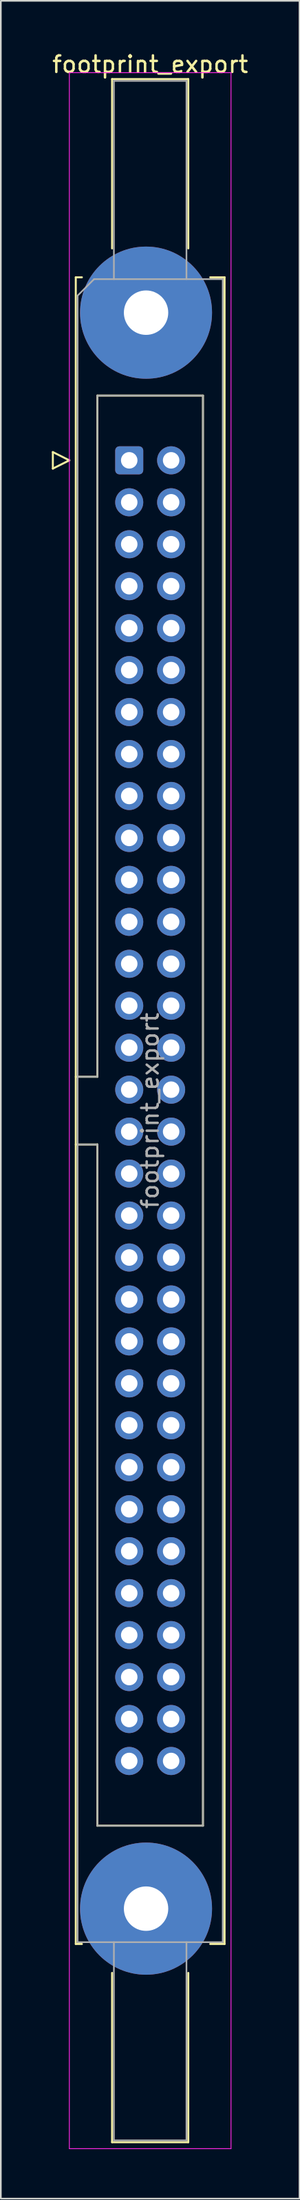
<source format=kicad_pcb>
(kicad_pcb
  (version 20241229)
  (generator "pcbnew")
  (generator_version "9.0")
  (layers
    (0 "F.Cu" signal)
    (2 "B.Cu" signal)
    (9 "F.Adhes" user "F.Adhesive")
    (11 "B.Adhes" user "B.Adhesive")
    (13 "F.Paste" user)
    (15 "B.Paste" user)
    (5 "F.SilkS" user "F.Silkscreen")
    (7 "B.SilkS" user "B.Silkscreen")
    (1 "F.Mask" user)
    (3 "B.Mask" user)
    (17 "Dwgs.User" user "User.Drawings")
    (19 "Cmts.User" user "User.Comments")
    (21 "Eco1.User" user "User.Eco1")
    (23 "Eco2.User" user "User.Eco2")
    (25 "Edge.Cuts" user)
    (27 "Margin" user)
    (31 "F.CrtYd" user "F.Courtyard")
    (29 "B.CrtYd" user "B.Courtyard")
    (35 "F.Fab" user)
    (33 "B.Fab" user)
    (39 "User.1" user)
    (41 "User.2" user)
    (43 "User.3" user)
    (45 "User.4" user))
  (footprint "footprint_export"
    (layer "F.Cu")
    (at 4.784 24.818)
    (property "Reference" "footprint_export" (at 1.27 -23.97 0) (layer "F.SilkS") (effects (font (size 1 1) (thickness 0.15))))
    (attr through_hole)
    (fp_line (start -4.63 -0.5) (end -4.63 0.5) (stroke (width 0.12) (type solid)) (layer "F.SilkS"))
    (fp_line (start -4.63 0.5) (end -3.63 0) (stroke (width 0.12) (type solid)) (layer "F.SilkS"))
    (fp_line (start -3.63 0) (end -4.63 -0.5) (stroke (width 0.12) (type solid)) (layer "F.SilkS"))
    (fp_line (start -3.24 -11.08) (end -3.24 89.82) (stroke (width 0.12) (type solid)) (layer "F.SilkS"))
    (fp_line (start -3.24 37.32) (end -1.93 37.32) (stroke (width 0.12) (type solid)) (layer "F.SilkS"))
    (fp_line (start -3.24 89.82) (end -2.87 89.82) (stroke (width 0.12) (type solid)) (layer "F.SilkS"))
    (fp_line (start -2.87 -11.08) (end -3.24 -11.08) (stroke (width 0.12) (type solid)) (layer "F.SilkS"))
    (fp_line (start -1.93 -3.92) (end 4.47 -3.92) (stroke (width 0.12) (type solid)) (layer "F.SilkS"))
    (fp_line (start -1.93 37.32) (end -1.93 -3.92) (stroke (width 0.12) (type solid)) (layer "F.SilkS"))
    (fp_line (start -1.93 41.42) (end -3.24 41.42) (stroke (width 0.12) (type solid)) (layer "F.SilkS"))
    (fp_line (start -1.93 41.42) (end -1.93 41.42) (stroke (width 0.12) (type solid)) (layer "F.SilkS"))
    (fp_line (start -1.93 82.66) (end -1.93 41.42) (stroke (width 0.12) (type solid)) (layer "F.SilkS"))
    (fp_line (start -1.04 -23.08) (end 3.58 -23.08) (stroke (width 0.12) (type solid)) (layer "F.SilkS"))
    (fp_line (start -1.04 -12.83) (end -1.04 -23.08) (stroke (width 0.12) (type solid)) (layer "F.SilkS"))
    (fp_line (start -1.04 91.57) (end -1.04 101.82) (stroke (width 0.12) (type solid)) (layer "F.SilkS"))
    (fp_line (start -1.04 101.82) (end 3.58 101.82) (stroke (width 0.12) (type solid)) (layer "F.SilkS"))
    (fp_line (start 3.58 -23.08) (end 3.58 -12.83) (stroke (width 0.12) (type solid)) (layer "F.SilkS"))
    (fp_line (start 3.58 101.82) (end 3.58 91.57) (stroke (width 0.12) (type solid)) (layer "F.SilkS"))
    (fp_line (start 4.47 -3.92) (end 4.47 82.66) (stroke (width 0.12) (type solid)) (layer "F.SilkS"))
    (fp_line (start 4.47 82.66) (end -1.93 82.66) (stroke (width 0.12) (type solid)) (layer "F.SilkS"))
    (fp_line (start 4.91 -11.08) (end 5.78 -11.08) (stroke (width 0.12) (type solid)) (layer "F.SilkS"))
    (fp_line (start 5.78 -11.08) (end 5.78 89.82) (stroke (width 0.12) (type solid)) (layer "F.SilkS"))
    (fp_line (start 5.78 89.82) (end 4.91 89.82) (stroke (width 0.12) (type solid)) (layer "F.SilkS"))
    (fp_line (start -3.63 -23.47) (end -3.63 102.21) (stroke (width 0.05) (type solid)) (layer "F.CrtYd"))
    (fp_line (start -3.63 102.21) (end 6.17 102.21) (stroke (width 0.05) (type solid)) (layer "F.CrtYd"))
    (fp_line (start 6.17 -23.47) (end -3.63 -23.47) (stroke (width 0.05) (type solid)) (layer "F.CrtYd"))
    (fp_line (start 6.17 102.21) (end 6.17 -23.47) (stroke (width 0.05) (type solid)) (layer "F.CrtYd"))
    (fp_line (start -3.13 -9.97) (end -2.13 -10.97) (stroke (width 0.1) (type solid)) (layer "F.Fab"))
    (fp_line (start -3.13 37.32) (end -1.93 37.32) (stroke (width 0.1) (type solid)) (layer "F.Fab"))
    (fp_line (start -3.13 89.71) (end -3.13 -9.97) (stroke (width 0.1) (type solid)) (layer "F.Fab"))
    (fp_line (start -2.13 -10.97) (end 5.67 -10.97) (stroke (width 0.1) (type solid)) (layer "F.Fab"))
    (fp_line (start -1.93 -3.92) (end 4.47 -3.92) (stroke (width 0.1) (type solid)) (layer "F.Fab"))
    (fp_line (start -1.93 37.32) (end -1.93 -3.92) (stroke (width 0.1) (type solid)) (layer "F.Fab"))
    (fp_line (start -1.93 41.42) (end -3.13 41.42) (stroke (width 0.1) (type solid)) (layer "F.Fab"))
    (fp_line (start -1.93 41.42) (end -1.93 41.42) (stroke (width 0.1) (type solid)) (layer "F.Fab"))
    (fp_line (start -1.93 82.66) (end -1.93 41.42) (stroke (width 0.1) (type solid)) (layer "F.Fab"))
    (fp_line (start -0.93 -22.97) (end 3.47 -22.97) (stroke (width 0.1) (type solid)) (layer "F.Fab"))
    (fp_line (start -0.93 -10.97) (end -0.93 -22.97) (stroke (width 0.1) (type solid)) (layer "F.Fab"))
    (fp_line (start -0.93 89.71) (end -0.93 101.71) (stroke (width 0.1) (type solid)) (layer "F.Fab"))
    (fp_line (start -0.93 101.71) (end 3.47 101.71) (stroke (width 0.1) (type solid)) (layer "F.Fab"))
    (fp_line (start 3.47 -22.97) (end 3.47 -10.97) (stroke (width 0.1) (type solid)) (layer "F.Fab"))
    (fp_line (start 3.47 101.71) (end 3.47 89.71) (stroke (width 0.1) (type solid)) (layer "F.Fab"))
    (fp_line (start 4.47 -3.92) (end 4.47 82.66) (stroke (width 0.1) (type solid)) (layer "F.Fab"))
    (fp_line (start 4.47 82.66) (end -1.93 82.66) (stroke (width 0.1) (type solid)) (layer "F.Fab"))
    (fp_line (start 5.67 -10.97) (end 5.67 89.71) (stroke (width 0.1) (type solid)) (layer "F.Fab"))
    (fp_line (start 5.67 89.71) (end -3.13 89.71) (stroke (width 0.1) (type solid)) (layer "F.Fab"))
    (fp_text user "${REFERENCE}" (at 1.27 39.37 90) (layer "F.Fab") (effects (font (size 1 1) (thickness 0.15))))
    (pad "1" thru_hole roundrect (at 0 0) (size 1.7 1.7) (drill 1) (layers "*.Cu" "*.Mask") (roundrect_rratio 0.147))
    (pad "2" thru_hole circle (at 2.54 0) (size 1.7 1.7) (drill 1) (layers "*.Cu" "*.Mask"))
    (pad "3" thru_hole circle (at 0 2.54) (size 1.7 1.7) (drill 1) (layers "*.Cu" "*.Mask"))
    (pad "4" thru_hole circle (at 2.54 2.54) (size 1.7 1.7) (drill 1) (layers "*.Cu" "*.Mask"))
    (pad "5" thru_hole circle (at 0 5.08) (size 1.7 1.7) (drill 1) (layers "*.Cu" "*.Mask"))
    (pad "6" thru_hole circle (at 2.54 5.08) (size 1.7 1.7) (drill 1) (layers "*.Cu" "*.Mask"))
    (pad "7" thru_hole circle (at 0 7.62) (size 1.7 1.7) (drill 1) (layers "*.Cu" "*.Mask"))
    (pad "8" thru_hole circle (at 2.54 7.62) (size 1.7 1.7) (drill 1) (layers "*.Cu" "*.Mask"))
    (pad "9" thru_hole circle (at 0 10.16) (size 1.7 1.7) (drill 1) (layers "*.Cu" "*.Mask"))
    (pad "10" thru_hole circle (at 2.54 10.16) (size 1.7 1.7) (drill 1) (layers "*.Cu" "*.Mask"))
    (pad "11" thru_hole circle (at 0 12.7) (size 1.7 1.7) (drill 1) (layers "*.Cu" "*.Mask"))
    (pad "12" thru_hole circle (at 2.54 12.7) (size 1.7 1.7) (drill 1) (layers "*.Cu" "*.Mask"))
    (pad "13" thru_hole circle (at 0 15.24) (size 1.7 1.7) (drill 1) (layers "*.Cu" "*.Mask"))
    (pad "14" thru_hole circle (at 2.54 15.24) (size 1.7 1.7) (drill 1) (layers "*.Cu" "*.Mask"))
    (pad "15" thru_hole circle (at 0 17.78) (size 1.7 1.7) (drill 1) (layers "*.Cu" "*.Mask"))
    (pad "16" thru_hole circle (at 2.54 17.78) (size 1.7 1.7) (drill 1) (layers "*.Cu" "*.Mask"))
    (pad "17" thru_hole circle (at 0 20.32) (size 1.7 1.7) (drill 1) (layers "*.Cu" "*.Mask"))
    (pad "18" thru_hole circle (at 2.54 20.32) (size 1.7 1.7) (drill 1) (layers "*.Cu" "*.Mask"))
    (pad "19" thru_hole circle (at 0 22.86) (size 1.7 1.7) (drill 1) (layers "*.Cu" "*.Mask"))
    (pad "20" thru_hole circle (at 2.54 22.86) (size 1.7 1.7) (drill 1) (layers "*.Cu" "*.Mask"))
    (pad "21" thru_hole circle (at 0 25.4) (size 1.7 1.7) (drill 1) (layers "*.Cu" "*.Mask"))
    (pad "22" thru_hole circle (at 2.54 25.4) (size 1.7 1.7) (drill 1) (layers "*.Cu" "*.Mask"))
    (pad "23" thru_hole circle (at 0 27.94) (size 1.7 1.7) (drill 1) (layers "*.Cu" "*.Mask"))
    (pad "24" thru_hole circle (at 2.54 27.94) (size 1.7 1.7) (drill 1) (layers "*.Cu" "*.Mask"))
    (pad "25" thru_hole circle (at 0 30.48) (size 1.7 1.7) (drill 1) (layers "*.Cu" "*.Mask"))
    (pad "26" thru_hole circle (at 2.54 30.48) (size 1.7 1.7) (drill 1) (layers "*.Cu" "*.Mask"))
    (pad "27" thru_hole circle (at 0 33.02) (size 1.7 1.7) (drill 1) (layers "*.Cu" "*.Mask"))
    (pad "28" thru_hole circle (at 2.54 33.02) (size 1.7 1.7) (drill 1) (layers "*.Cu" "*.Mask"))
    (pad "29" thru_hole circle (at 0 35.56) (size 1.7 1.7) (drill 1) (layers "*.Cu" "*.Mask"))
    (pad "30" thru_hole circle (at 2.54 35.56) (size 1.7 1.7) (drill 1) (layers "*.Cu" "*.Mask"))
    (pad "31" thru_hole circle (at 0 38.1) (size 1.7 1.7) (drill 1) (layers "*.Cu" "*.Mask"))
    (pad "32" thru_hole circle (at 2.54 38.1) (size 1.7 1.7) (drill 1) (layers "*.Cu" "*.Mask"))
    (pad "33" thru_hole circle (at 0 40.64) (size 1.7 1.7) (drill 1) (layers "*.Cu" "*.Mask"))
    (pad "34" thru_hole circle (at 2.54 40.64) (size 1.7 1.7) (drill 1) (layers "*.Cu" "*.Mask"))
    (pad "35" thru_hole circle (at 0 43.18) (size 1.7 1.7) (drill 1) (layers "*.Cu" "*.Mask"))
    (pad "36" thru_hole circle (at 2.54 43.18) (size 1.7 1.7) (drill 1) (layers "*.Cu" "*.Mask"))
    (pad "37" thru_hole circle (at 0 45.72) (size 1.7 1.7) (drill 1) (layers "*.Cu" "*.Mask"))
    (pad "38" thru_hole circle (at 2.54 45.72) (size 1.7 1.7) (drill 1) (layers "*.Cu" "*.Mask"))
    (pad "39" thru_hole circle (at 0 48.26) (size 1.7 1.7) (drill 1) (layers "*.Cu" "*.Mask"))
    (pad "40" thru_hole circle (at 2.54 48.26) (size 1.7 1.7) (drill 1) (layers "*.Cu" "*.Mask"))
    (pad "41" thru_hole circle (at 0 50.8) (size 1.7 1.7) (drill 1) (layers "*.Cu" "*.Mask"))
    (pad "42" thru_hole circle (at 2.54 50.8) (size 1.7 1.7) (drill 1) (layers "*.Cu" "*.Mask"))
    (pad "43" thru_hole circle (at 0 53.34) (size 1.7 1.7) (drill 1) (layers "*.Cu" "*.Mask"))
    (pad "44" thru_hole circle (at 2.54 53.34) (size 1.7 1.7) (drill 1) (layers "*.Cu" "*.Mask"))
    (pad "45" thru_hole circle (at 0 55.88) (size 1.7 1.7) (drill 1) (layers "*.Cu" "*.Mask"))
    (pad "46" thru_hole circle (at 2.54 55.88) (size 1.7 1.7) (drill 1) (layers "*.Cu" "*.Mask"))
    (pad "47" thru_hole circle (at 0 58.42) (size 1.7 1.7) (drill 1) (layers "*.Cu" "*.Mask"))
    (pad "48" thru_hole circle (at 2.54 58.42) (size 1.7 1.7) (drill 1) (layers "*.Cu" "*.Mask"))
    (pad "49" thru_hole circle (at 0 60.96) (size 1.7 1.7) (drill 1) (layers "*.Cu" "*.Mask"))
    (pad "50" thru_hole circle (at 2.54 60.96) (size 1.7 1.7) (drill 1) (layers "*.Cu" "*.Mask"))
    (pad "51" thru_hole circle (at 0 63.5) (size 1.7 1.7) (drill 1) (layers "*.Cu" "*.Mask"))
    (pad "52" thru_hole circle (at 2.54 63.5) (size 1.7 1.7) (drill 1) (layers "*.Cu" "*.Mask"))
    (pad "53" thru_hole circle (at 0 66.04) (size 1.7 1.7) (drill 1) (layers "*.Cu" "*.Mask"))
    (pad "54" thru_hole circle (at 2.54 66.04) (size 1.7 1.7) (drill 1) (layers "*.Cu" "*.Mask"))
    (pad "55" thru_hole circle (at 0 68.58) (size 1.7 1.7) (drill 1) (layers "*.Cu" "*.Mask"))
    (pad "56" thru_hole circle (at 2.54 68.58) (size 1.7 1.7) (drill 1) (layers "*.Cu" "*.Mask"))
    (pad "57" thru_hole circle (at 0 71.12) (size 1.7 1.7) (drill 1) (layers "*.Cu" "*.Mask"))
    (pad "58" thru_hole circle (at 2.54 71.12) (size 1.7 1.7) (drill 1) (layers "*.Cu" "*.Mask"))
    (pad "59" thru_hole circle (at 0 73.66) (size 1.7 1.7) (drill 1) (layers "*.Cu" "*.Mask"))
    (pad "60" thru_hole circle (at 2.54 73.66) (size 1.7 1.7) (drill 1) (layers "*.Cu" "*.Mask"))
    (pad "61" thru_hole circle (at 0 76.2) (size 1.7 1.7) (drill 1) (layers "*.Cu" "*.Mask"))
    (pad "62" thru_hole circle (at 2.54 76.2) (size 1.7 1.7) (drill 1) (layers "*.Cu" "*.Mask"))
    (pad "63" thru_hole circle (at 0 78.74) (size 1.7 1.7) (drill 1) (layers "*.Cu" "*.Mask"))
    (pad "64" thru_hole circle (at 2.54 78.74) (size 1.7 1.7) (drill 1) (layers "*.Cu" "*.Mask"))
    (pad "MP" thru_hole circle (at 1.02 -8.94) (size 8 8) (drill 2.69) (layers "*.Cu" "*.Mask"))
    (pad "MP" thru_hole circle (at 1.02 87.68) (size 8 8) (drill 2.69) (layers "*.Cu" "*.Mask")))
  (gr_rect
    (start -3 -3)
    (end 15.107 130.053)
    (stroke (width 0.1) (type default))
    (fill no)
    (layer "Edge.Cuts")))
</source>
